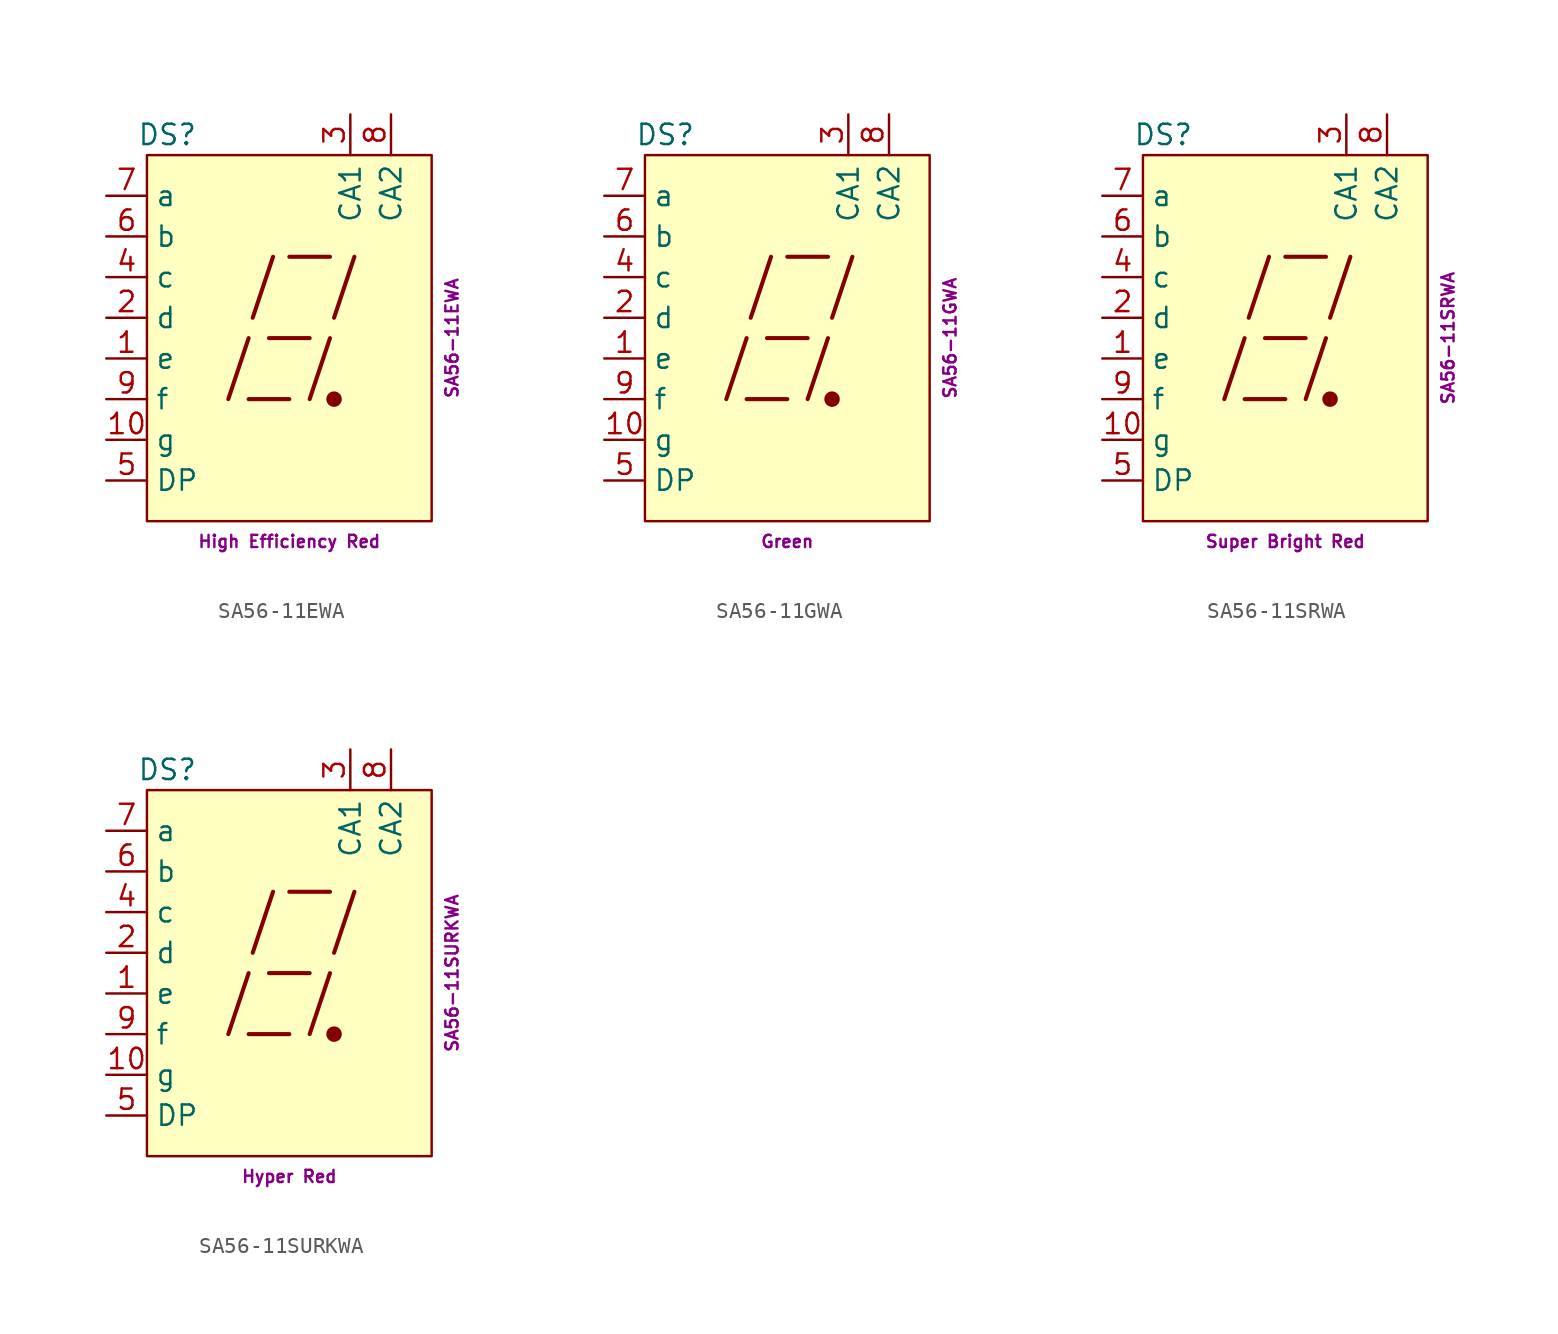
<source format=kicad_sym>
(kicad_symbol_lib
  (version 20211014)
  (generator kicad_symbol_editor)
  (symbol "SA56-11EWA"
    (property "Reference" "DS"
      (at -7.62 12.7 0)
      (effects (font (size 1.27 1.27))))
    (property "Color" "High Efficiency Red"
      (at 0 -12.7 0)
      (effects (font (size 0.762 0.762))))
    (property "Name" "SA56-11EWA"
      (at 10.16 0 90)
      (effects (font (size 0.762 0.762))))
    (symbol "SA56-11EWA_0_0"
      (rectangle (start -8.89 11.43) (end 8.89 -11.43) (stroke (width 0) (type default) (color 0 0 0 0)) (fill (type background)))
      (polyline (pts (xy -3.81 -3.81) (xy -2.54 0)) (stroke (width 0.254) (type default) (color 0 0 0 0)) (fill (type none)))
      (polyline (pts (xy -2.54 -3.81) (xy 0 -3.81)) (stroke (width 0.254) (type default) (color 0 0 0 0)) (fill (type none)))
      (polyline (pts (xy -2.286 1.27) (xy -1.016 5.08)) (stroke (width 0.254) (type default) (color 0 0 0 0)) (fill (type none)))
      (polyline (pts (xy -1.27 0) (xy 1.27 0)) (stroke (width 0.254) (type default) (color 0 0 0 0)) (fill (type none)))
      (polyline (pts (xy 0 5.08) (xy 2.54 5.08)) (stroke (width 0.254) (type default) (color 0 0 0 0)) (fill (type none)))
      (polyline (pts (xy 1.27 -3.81) (xy 2.54 0)) (stroke (width 0.254) (type default) (color 0 0 0 0)) (fill (type none)))
      (polyline (pts (xy 2.794 1.27) (xy 4.064 5.08)) (stroke (width 0.254) (type default) (color 0 0 0 0)) (fill (type none))))
    (symbol "SA56-11EWA_0_1"
      (circle (center 2.794 -3.81) (radius 0.356) (stroke (width 0.254) (type default) (color 0 0 0 0)) (fill (type outline))))
    (symbol "SA56-11EWA_1_1"
      (pin passive line (at -11.43 -1.27 0) (length 2.54) (name "e" (effects (font (size 1.27 1.27)))) (number "1" (effects (font (size 1.27 1.27)))))
      (pin passive line (at -11.43 -6.35 0) (length 2.54) (name "g" (effects (font (size 1.27 1.27)))) (number "10" (effects (font (size 1.27 1.27)))))
      (pin passive line (at -11.43 1.27 0) (length 2.54) (name "d" (effects (font (size 1.27 1.27)))) (number "2" (effects (font (size 1.27 1.27)))))
      (pin passive line (at 3.81 13.97 270) (length 2.54) (name "CA1" (effects (font (size 1.27 1.27)))) (number "3" (effects (font (size 1.27 1.27)))))
      (pin passive line (at -11.43 3.81 0) (length 2.54) (name "c" (effects (font (size 1.27 1.27)))) (number "4" (effects (font (size 1.27 1.27)))))
      (pin passive line (at -11.43 -8.89 0) (length 2.54) (name "DP" (effects (font (size 1.27 1.27)))) (number "5" (effects (font (size 1.27 1.27)))))
      (pin passive line (at -11.43 6.35 0) (length 2.54) (name "b" (effects (font (size 1.27 1.27)))) (number "6" (effects (font (size 1.27 1.27)))))
      (pin passive line (at -11.43 8.89 0) (length 2.54) (name "a" (effects (font (size 1.27 1.27)))) (number "7" (effects (font (size 1.27 1.27)))))
      (pin passive line (at 6.35 13.97 270) (length 2.54) (name "CA2" (effects (font (size 1.27 1.27)))) (number "8" (effects (font (size 1.27 1.27)))))
      (pin passive line (at -11.43 -3.81 0) (length 2.54) (name "f" (effects (font (size 1.27 1.27)))) (number "9" (effects (font (size 1.27 1.27)))))))
  (symbol "SA56-11GWA"
    (property "Reference" "DS"
      (at -7.62 12.7 0)
      (effects (font (size 1.27 1.27))))
    (property "Color" "Green"
      (at 0 -12.7 0)
      (effects (font (size 0.762 0.762))))
    (property "Name" "SA56-11GWA"
      (at 10.16 0 90)
      (effects (font (size 0.762 0.762))))
    (symbol "SA56-11GWA_0_0"
      (rectangle (start -8.89 11.43) (end 8.89 -11.43) (stroke (width 0) (type default) (color 0 0 0 0)) (fill (type background)))
      (polyline (pts (xy -3.81 -3.81) (xy -2.54 0)) (stroke (width 0.254) (type default) (color 0 0 0 0)) (fill (type none)))
      (polyline (pts (xy -2.54 -3.81) (xy 0 -3.81)) (stroke (width 0.254) (type default) (color 0 0 0 0)) (fill (type none)))
      (polyline (pts (xy -2.286 1.27) (xy -1.016 5.08)) (stroke (width 0.254) (type default) (color 0 0 0 0)) (fill (type none)))
      (polyline (pts (xy -1.27 0) (xy 1.27 0)) (stroke (width 0.254) (type default) (color 0 0 0 0)) (fill (type none)))
      (polyline (pts (xy 0 5.08) (xy 2.54 5.08)) (stroke (width 0.254) (type default) (color 0 0 0 0)) (fill (type none)))
      (polyline (pts (xy 1.27 -3.81) (xy 2.54 0)) (stroke (width 0.254) (type default) (color 0 0 0 0)) (fill (type none)))
      (polyline (pts (xy 2.794 1.27) (xy 4.064 5.08)) (stroke (width 0.254) (type default) (color 0 0 0 0)) (fill (type none))))
    (symbol "SA56-11GWA_0_1"
      (circle (center 2.794 -3.81) (radius 0.356) (stroke (width 0.254) (type default) (color 0 0 0 0)) (fill (type outline))))
    (symbol "SA56-11GWA_1_1"
      (pin passive line (at -11.43 -1.27 0) (length 2.54) (name "e" (effects (font (size 1.27 1.27)))) (number "1" (effects (font (size 1.27 1.27)))))
      (pin passive line (at -11.43 -6.35 0) (length 2.54) (name "g" (effects (font (size 1.27 1.27)))) (number "10" (effects (font (size 1.27 1.27)))))
      (pin passive line (at -11.43 1.27 0) (length 2.54) (name "d" (effects (font (size 1.27 1.27)))) (number "2" (effects (font (size 1.27 1.27)))))
      (pin passive line (at 3.81 13.97 270) (length 2.54) (name "CA1" (effects (font (size 1.27 1.27)))) (number "3" (effects (font (size 1.27 1.27)))))
      (pin passive line (at -11.43 3.81 0) (length 2.54) (name "c" (effects (font (size 1.27 1.27)))) (number "4" (effects (font (size 1.27 1.27)))))
      (pin passive line (at -11.43 -8.89 0) (length 2.54) (name "DP" (effects (font (size 1.27 1.27)))) (number "5" (effects (font (size 1.27 1.27)))))
      (pin passive line (at -11.43 6.35 0) (length 2.54) (name "b" (effects (font (size 1.27 1.27)))) (number "6" (effects (font (size 1.27 1.27)))))
      (pin passive line (at -11.43 8.89 0) (length 2.54) (name "a" (effects (font (size 1.27 1.27)))) (number "7" (effects (font (size 1.27 1.27)))))
      (pin passive line (at 6.35 13.97 270) (length 2.54) (name "CA2" (effects (font (size 1.27 1.27)))) (number "8" (effects (font (size 1.27 1.27)))))
      (pin passive line (at -11.43 -3.81 0) (length 2.54) (name "f" (effects (font (size 1.27 1.27)))) (number "9" (effects (font (size 1.27 1.27)))))))
  (symbol "SA56-11SRWA"
    (property "Reference" "DS"
      (at -7.62 12.7 0)
      (effects (font (size 1.27 1.27))))
    (property "Color" "Super Bright Red"
      (at 0 -12.7 0)
      (effects (font (size 0.762 0.762))))
    (property "Name" "SA56-11SRWA"
      (at 10.16 0 90)
      (effects (font (size 0.762 0.762))))
    (symbol "SA56-11SRWA_0_0"
      (rectangle (start -8.89 11.43) (end 8.89 -11.43) (stroke (width 0) (type default) (color 0 0 0 0)) (fill (type background)))
      (polyline (pts (xy -3.81 -3.81) (xy -2.54 0)) (stroke (width 0.254) (type default) (color 0 0 0 0)) (fill (type none)))
      (polyline (pts (xy -2.54 -3.81) (xy 0 -3.81)) (stroke (width 0.254) (type default) (color 0 0 0 0)) (fill (type none)))
      (polyline (pts (xy -2.286 1.27) (xy -1.016 5.08)) (stroke (width 0.254) (type default) (color 0 0 0 0)) (fill (type none)))
      (polyline (pts (xy -1.27 0) (xy 1.27 0)) (stroke (width 0.254) (type default) (color 0 0 0 0)) (fill (type none)))
      (polyline (pts (xy 0 5.08) (xy 2.54 5.08)) (stroke (width 0.254) (type default) (color 0 0 0 0)) (fill (type none)))
      (polyline (pts (xy 1.27 -3.81) (xy 2.54 0)) (stroke (width 0.254) (type default) (color 0 0 0 0)) (fill (type none)))
      (polyline (pts (xy 2.794 1.27) (xy 4.064 5.08)) (stroke (width 0.254) (type default) (color 0 0 0 0)) (fill (type none))))
    (symbol "SA56-11SRWA_0_1"
      (circle (center 2.794 -3.81) (radius 0.356) (stroke (width 0.254) (type default) (color 0 0 0 0)) (fill (type outline))))
    (symbol "SA56-11SRWA_1_1"
      (pin passive line (at -11.43 -1.27 0) (length 2.54) (name "e" (effects (font (size 1.27 1.27)))) (number "1" (effects (font (size 1.27 1.27)))))
      (pin passive line (at -11.43 -6.35 0) (length 2.54) (name "g" (effects (font (size 1.27 1.27)))) (number "10" (effects (font (size 1.27 1.27)))))
      (pin passive line (at -11.43 1.27 0) (length 2.54) (name "d" (effects (font (size 1.27 1.27)))) (number "2" (effects (font (size 1.27 1.27)))))
      (pin passive line (at 3.81 13.97 270) (length 2.54) (name "CA1" (effects (font (size 1.27 1.27)))) (number "3" (effects (font (size 1.27 1.27)))))
      (pin passive line (at -11.43 3.81 0) (length 2.54) (name "c" (effects (font (size 1.27 1.27)))) (number "4" (effects (font (size 1.27 1.27)))))
      (pin passive line (at -11.43 -8.89 0) (length 2.54) (name "DP" (effects (font (size 1.27 1.27)))) (number "5" (effects (font (size 1.27 1.27)))))
      (pin passive line (at -11.43 6.35 0) (length 2.54) (name "b" (effects (font (size 1.27 1.27)))) (number "6" (effects (font (size 1.27 1.27)))))
      (pin passive line (at -11.43 8.89 0) (length 2.54) (name "a" (effects (font (size 1.27 1.27)))) (number "7" (effects (font (size 1.27 1.27)))))
      (pin passive line (at 6.35 13.97 270) (length 2.54) (name "CA2" (effects (font (size 1.27 1.27)))) (number "8" (effects (font (size 1.27 1.27)))))
      (pin passive line (at -11.43 -3.81 0) (length 2.54) (name "f" (effects (font (size 1.27 1.27)))) (number "9" (effects (font (size 1.27 1.27)))))))
  (symbol "SA56-11SURKWA"
    (property "Reference" "DS"
      (at -7.62 12.7 0)
      (effects (font (size 1.27 1.27))))
    (property "Color" "Hyper Red"
      (at 0 -12.7 0)
      (effects (font (size 0.762 0.762))))
    (property "Name" "SA56-11SURKWA"
      (at 10.16 0 90)
      (effects (font (size 0.762 0.762))))
    (symbol "SA56-11SURKWA_0_0"
      (rectangle (start -8.89 11.43) (end 8.89 -11.43) (stroke (width 0) (type default) (color 0 0 0 0)) (fill (type background)))
      (polyline (pts (xy -3.81 -3.81) (xy -2.54 0)) (stroke (width 0.254) (type default) (color 0 0 0 0)) (fill (type none)))
      (polyline (pts (xy -2.54 -3.81) (xy 0 -3.81)) (stroke (width 0.254) (type default) (color 0 0 0 0)) (fill (type none)))
      (polyline (pts (xy -2.286 1.27) (xy -1.016 5.08)) (stroke (width 0.254) (type default) (color 0 0 0 0)) (fill (type none)))
      (polyline (pts (xy -1.27 0) (xy 1.27 0)) (stroke (width 0.254) (type default) (color 0 0 0 0)) (fill (type none)))
      (polyline (pts (xy 0 5.08) (xy 2.54 5.08)) (stroke (width 0.254) (type default) (color 0 0 0 0)) (fill (type none)))
      (polyline (pts (xy 1.27 -3.81) (xy 2.54 0)) (stroke (width 0.254) (type default) (color 0 0 0 0)) (fill (type none)))
      (polyline (pts (xy 2.794 1.27) (xy 4.064 5.08)) (stroke (width 0.254) (type default) (color 0 0 0 0)) (fill (type none))))
    (symbol "SA56-11SURKWA_0_1"
      (circle (center 2.794 -3.81) (radius 0.356) (stroke (width 0.254) (type default) (color 0 0 0 0)) (fill (type outline))))
    (symbol "SA56-11SURKWA_1_1"
      (pin passive line (at -11.43 -1.27 0) (length 2.54) (name "e" (effects (font (size 1.27 1.27)))) (number "1" (effects (font (size 1.27 1.27)))))
      (pin passive line (at -11.43 -6.35 0) (length 2.54) (name "g" (effects (font (size 1.27 1.27)))) (number "10" (effects (font (size 1.27 1.27)))))
      (pin passive line (at -11.43 1.27 0) (length 2.54) (name "d" (effects (font (size 1.27 1.27)))) (number "2" (effects (font (size 1.27 1.27)))))
      (pin passive line (at 3.81 13.97 270) (length 2.54) (name "CA1" (effects (font (size 1.27 1.27)))) (number "3" (effects (font (size 1.27 1.27)))))
      (pin passive line (at -11.43 3.81 0) (length 2.54) (name "c" (effects (font (size 1.27 1.27)))) (number "4" (effects (font (size 1.27 1.27)))))
      (pin passive line (at -11.43 -8.89 0) (length 2.54) (name "DP" (effects (font (size 1.27 1.27)))) (number "5" (effects (font (size 1.27 1.27)))))
      (pin passive line (at -11.43 6.35 0) (length 2.54) (name "b" (effects (font (size 1.27 1.27)))) (number "6" (effects (font (size 1.27 1.27)))))
      (pin passive line (at -11.43 8.89 0) (length 2.54) (name "a" (effects (font (size 1.27 1.27)))) (number "7" (effects (font (size 1.27 1.27)))))
      (pin passive line (at 6.35 13.97 270) (length 2.54) (name "CA2" (effects (font (size 1.27 1.27)))) (number "8" (effects (font (size 1.27 1.27)))))
      (pin passive line (at -11.43 -3.81 0) (length 2.54) (name "f" (effects (font (size 1.27 1.27)))) (number "9" (effects (font (size 1.27 1.27))))))))
</source>
